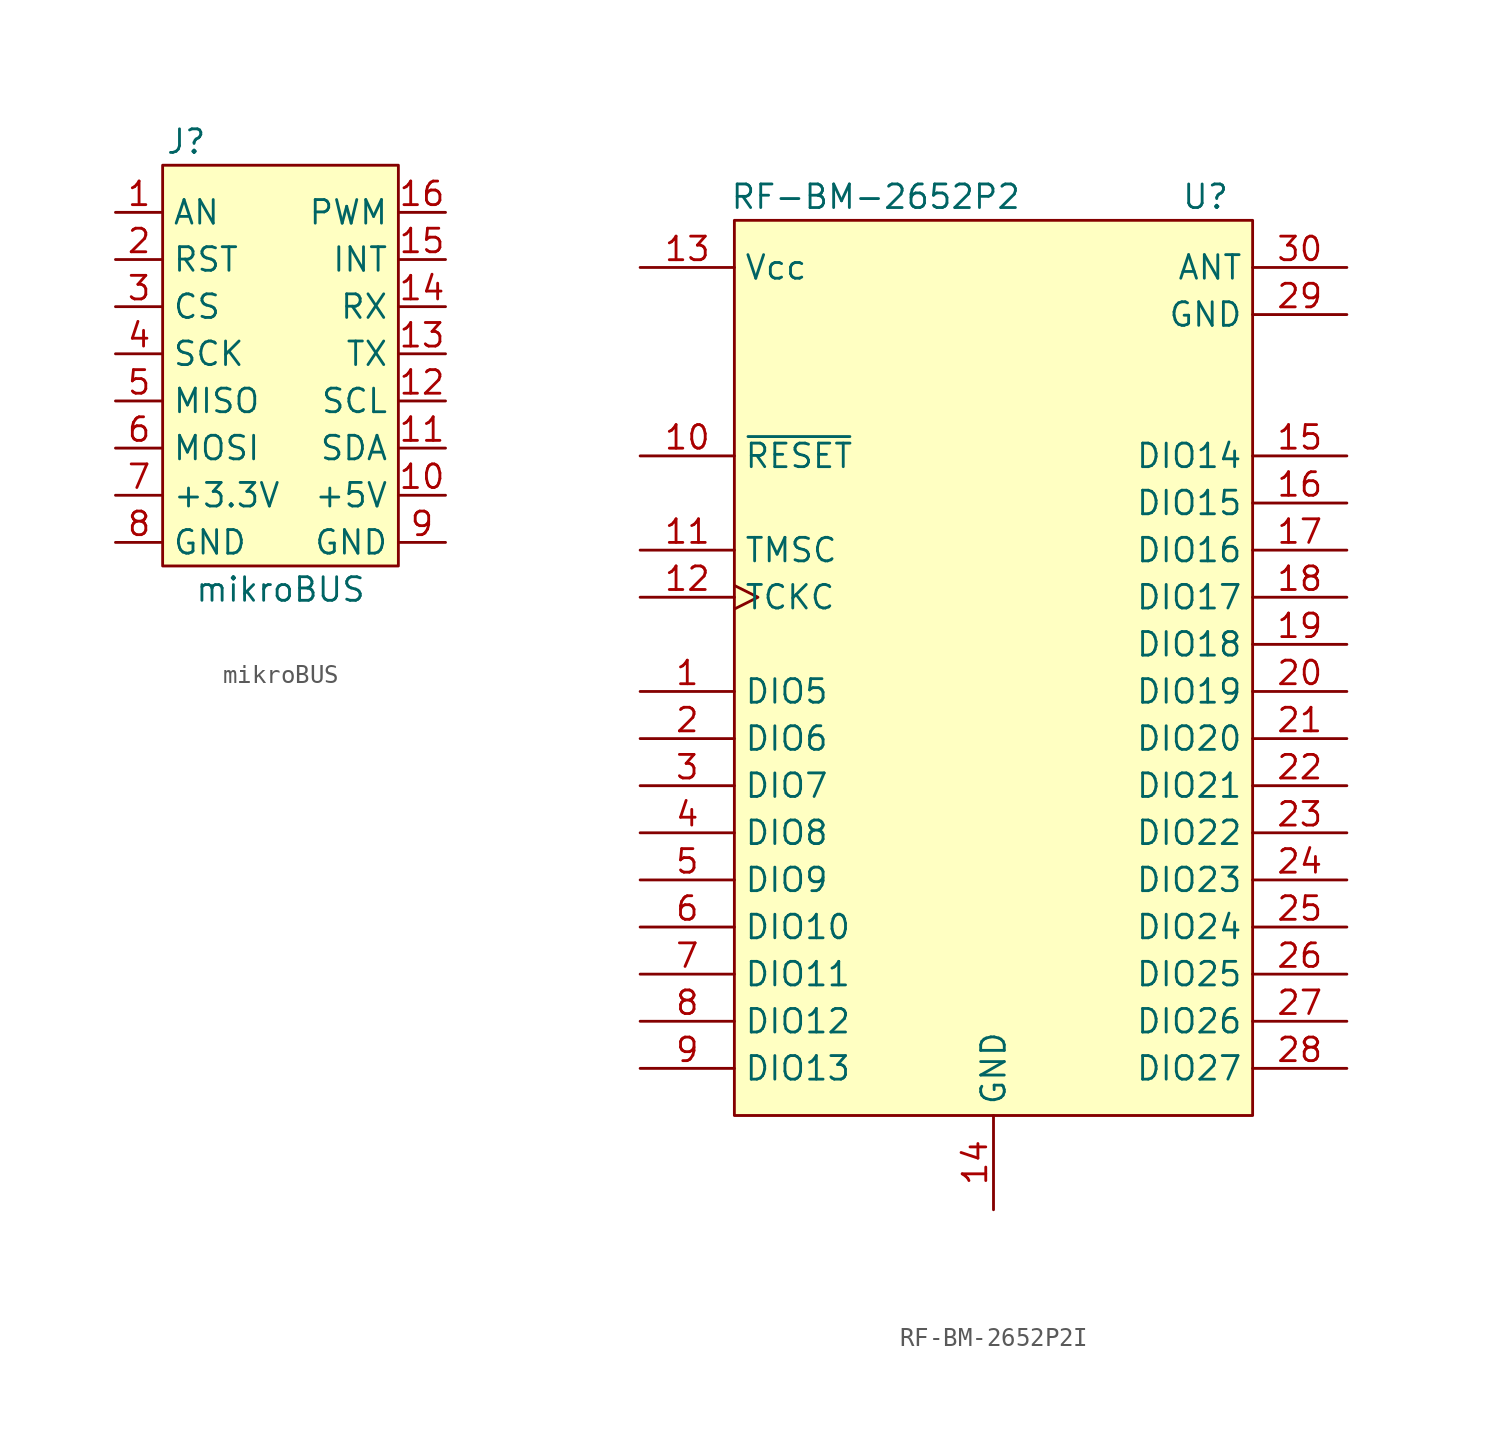
<source format=kicad_sym>
(kicad_symbol_lib
  (version 20220914)
  (generator kicad_symbol_editor)
  (symbol "mikroBUS"
    (property "Reference" "J"
      (at -5.08 12.7 0)
      (effects (font (size 1.27 1.27))))
    (property "Value" "mikroBUS"
      (at 0 -11.43 0)
      (effects (font (size 1.27 1.27))))
    (symbol "mikroBUS_0_1"
      (rectangle (start -6.35 11.43) (end 6.35 -10.16) (stroke (width 0) (type default)) (fill (type background))))
    (symbol "mikroBUS_1_1"
      (pin bidirectional line (at -8.89 8.89 0) (length 2.54) (name "AN" (effects (font (size 1.27 1.27)))) (number "1" (effects (font (size 1.27 1.27)))))
      (pin bidirectional line (at 8.89 -6.35 180) (length 2.54) (name "+5V" (effects (font (size 1.27 1.27)))) (number "10" (effects (font (size 1.27 1.27)))))
      (pin bidirectional line (at 8.89 -3.81 180) (length 2.54) (name "SDA" (effects (font (size 1.27 1.27)))) (number "11" (effects (font (size 1.27 1.27)))))
      (pin bidirectional line (at 8.89 -1.27 180) (length 2.54) (name "SCL" (effects (font (size 1.27 1.27)))) (number "12" (effects (font (size 1.27 1.27)))))
      (pin bidirectional line (at 8.89 1.27 180) (length 2.54) (name "TX" (effects (font (size 1.27 1.27)))) (number "13" (effects (font (size 1.27 1.27)))))
      (pin bidirectional line (at 8.89 3.81 180) (length 2.54) (name "RX" (effects (font (size 1.27 1.27)))) (number "14" (effects (font (size 1.27 1.27)))))
      (pin bidirectional line (at 8.89 6.35 180) (length 2.54) (name "INT" (effects (font (size 1.27 1.27)))) (number "15" (effects (font (size 1.27 1.27)))))
      (pin bidirectional line (at 8.89 8.89 180) (length 2.54) (name "PWM" (effects (font (size 1.27 1.27)))) (number "16" (effects (font (size 1.27 1.27)))))
      (pin bidirectional line (at -8.89 6.35 0) (length 2.54) (name "RST" (effects (font (size 1.27 1.27)))) (number "2" (effects (font (size 1.27 1.27)))))
      (pin bidirectional line (at -8.89 3.81 0) (length 2.54) (name "CS" (effects (font (size 1.27 1.27)))) (number "3" (effects (font (size 1.27 1.27)))))
      (pin bidirectional line (at -8.89 1.27 0) (length 2.54) (name "SCK" (effects (font (size 1.27 1.27)))) (number "4" (effects (font (size 1.27 1.27)))))
      (pin bidirectional line (at -8.89 -1.27 0) (length 2.54) (name "MISO" (effects (font (size 1.27 1.27)))) (number "5" (effects (font (size 1.27 1.27)))))
      (pin bidirectional line (at -8.89 -3.81 0) (length 2.54) (name "MOSI" (effects (font (size 1.27 1.27)))) (number "6" (effects (font (size 1.27 1.27)))))
      (pin bidirectional line (at -8.89 -6.35 0) (length 2.54) (name "+3.3V" (effects (font (size 1.27 1.27)))) (number "7" (effects (font (size 1.27 1.27)))))
      (pin bidirectional line (at -8.89 -8.89 0) (length 2.54) (name "GND" (effects (font (size 1.27 1.27)))) (number "8" (effects (font (size 1.27 1.27)))))
      (pin bidirectional line (at 8.89 -8.89 180) (length 2.54) (name "GND" (effects (font (size 1.27 1.27)))) (number "9" (effects (font (size 1.27 1.27)))))))
  (symbol "RF-BM-2652P2I"
    (property "Reference" "U"
      (at 11.43 33.02 0)
      (effects (font (size 1.27 1.27))))
    (property "Value" "RF-BM-2652P2"
      (at -6.35 33.02 0)
      (effects (font (size 1.27 1.27))))
    (symbol "RF-BM-2652P2I_1_1"
      (rectangle (start -13.97 31.75) (end 13.97 -16.51) (stroke (width 0) (type default)) (fill (type background)))
      (pin bidirectional line (at -19.05 6.35 0) (length 5.08) (name "DIO5" (effects (font (size 1.27 1.27)))) (number "1" (effects (font (size 1.27 1.27)))))
      (pin input line (at -19.05 19.05 0) (length 5.08) (name "~{RESET}" (effects (font (size 1.27 1.27)))) (number "10" (effects (font (size 1.27 1.27)))))
      (pin bidirectional line (at -19.05 13.97 0) (length 5.08) (name "TMSC" (effects (font (size 1.27 1.27)))) (number "11" (effects (font (size 1.27 1.27)))))
      (pin input clock (at -19.05 11.43 0) (length 5.08) (name "TCKC" (effects (font (size 1.27 1.27)))) (number "12" (effects (font (size 1.27 1.27)))))
      (pin power_in line (at -19.05 29.21 0) (length 5.08) (name "Vcc" (effects (font (size 1.27 1.27)))) (number "13" (effects (font (size 1.27 1.27)))))
      (pin input line (at 0 -21.59 90) (length 5.08) (name "GND" (effects (font (size 1.27 1.27)))) (number "14" (effects (font (size 1.27 1.27)))))
      (pin bidirectional line (at 19.05 19.05 180) (length 5.08) (name "DIO14" (effects (font (size 1.27 1.27)))) (number "15" (effects (font (size 1.27 1.27)))))
      (pin bidirectional line (at 19.05 16.51 180) (length 5.08) (name "DIO15" (effects (font (size 1.27 1.27)))) (number "16" (effects (font (size 1.27 1.27)))))
      (pin bidirectional line (at 19.05 13.97 180) (length 5.08) (name "DIO16" (effects (font (size 1.27 1.27)))) (number "17" (effects (font (size 1.27 1.27)))) (alternate "JTAG_TDO" bidirectional line))
      (pin bidirectional line (at 19.05 11.43 180) (length 5.08) (name "DIO17" (effects (font (size 1.27 1.27)))) (number "18" (effects (font (size 1.27 1.27)))) (alternate "JTAG_TDI" bidirectional line))
      (pin bidirectional line (at 19.05 8.89 180) (length 5.08) (name "DIO18" (effects (font (size 1.27 1.27)))) (number "19" (effects (font (size 1.27 1.27)))))
      (pin bidirectional line (at -19.05 3.81 0) (length 5.08) (name "DIO6" (effects (font (size 1.27 1.27)))) (number "2" (effects (font (size 1.27 1.27)))))
      (pin bidirectional line (at 19.05 6.35 180) (length 5.08) (name "DIO19" (effects (font (size 1.27 1.27)))) (number "20" (effects (font (size 1.27 1.27)))))
      (pin bidirectional line (at 19.05 3.81 180) (length 5.08) (name "DIO20" (effects (font (size 1.27 1.27)))) (number "21" (effects (font (size 1.27 1.27)))))
      (pin bidirectional line (at 19.05 1.27 180) (length 5.08) (name "DIO21" (effects (font (size 1.27 1.27)))) (number "22" (effects (font (size 1.27 1.27)))))
      (pin bidirectional line (at 19.05 -1.27 180) (length 5.08) (name "DIO22" (effects (font (size 1.27 1.27)))) (number "23" (effects (font (size 1.27 1.27)))))
      (pin bidirectional line (at 19.05 -3.81 180) (length 5.08) (name "DIO23" (effects (font (size 1.27 1.27)))) (number "24" (effects (font (size 1.27 1.27)))))
      (pin bidirectional line (at 19.05 -6.35 180) (length 5.08) (name "DIO24" (effects (font (size 1.27 1.27)))) (number "25" (effects (font (size 1.27 1.27)))))
      (pin bidirectional line (at 19.05 -8.89 180) (length 5.08) (name "DIO25" (effects (font (size 1.27 1.27)))) (number "26" (effects (font (size 1.27 1.27)))))
      (pin bidirectional line (at 19.05 -11.43 180) (length 5.08) (name "DIO26" (effects (font (size 1.27 1.27)))) (number "27" (effects (font (size 1.27 1.27)))))
      (pin bidirectional line (at 19.05 -13.97 180) (length 5.08) (name "DIO27" (effects (font (size 1.27 1.27)))) (number "28" (effects (font (size 1.27 1.27)))))
      (pin input line (at 19.05 26.67 180) (length 5.08) (name "GND" (effects (font (size 1.27 1.27)))) (number "29" (effects (font (size 1.27 1.27)))))
      (pin bidirectional line (at -19.05 1.27 0) (length 5.08) (name "DIO7" (effects (font (size 1.27 1.27)))) (number "3" (effects (font (size 1.27 1.27)))))
      (pin passive line (at 19.05 29.21 180) (length 5.08) (name "ANT" (effects (font (size 1.27 1.27)))) (number "30" (effects (font (size 1.27 1.27)))))
      (pin bidirectional line (at -19.05 -1.27 0) (length 5.08) (name "DIO8" (effects (font (size 1.27 1.27)))) (number "4" (effects (font (size 1.27 1.27)))))
      (pin bidirectional line (at -19.05 -3.81 0) (length 5.08) (name "DIO9" (effects (font (size 1.27 1.27)))) (number "5" (effects (font (size 1.27 1.27)))))
      (pin bidirectional line (at -19.05 -6.35 0) (length 5.08) (name "DIO10" (effects (font (size 1.27 1.27)))) (number "6" (effects (font (size 1.27 1.27)))))
      (pin bidirectional line (at -19.05 -8.89 0) (length 5.08) (name "DIO11" (effects (font (size 1.27 1.27)))) (number "7" (effects (font (size 1.27 1.27)))))
      (pin bidirectional line (at -19.05 -11.43 0) (length 5.08) (name "DIO12" (effects (font (size 1.27 1.27)))) (number "8" (effects (font (size 1.27 1.27)))))
      (pin bidirectional line (at -19.05 -13.97 0) (length 5.08) (name "DIO13" (effects (font (size 1.27 1.27)))) (number "9" (effects (font (size 1.27 1.27))))))))
</source>
